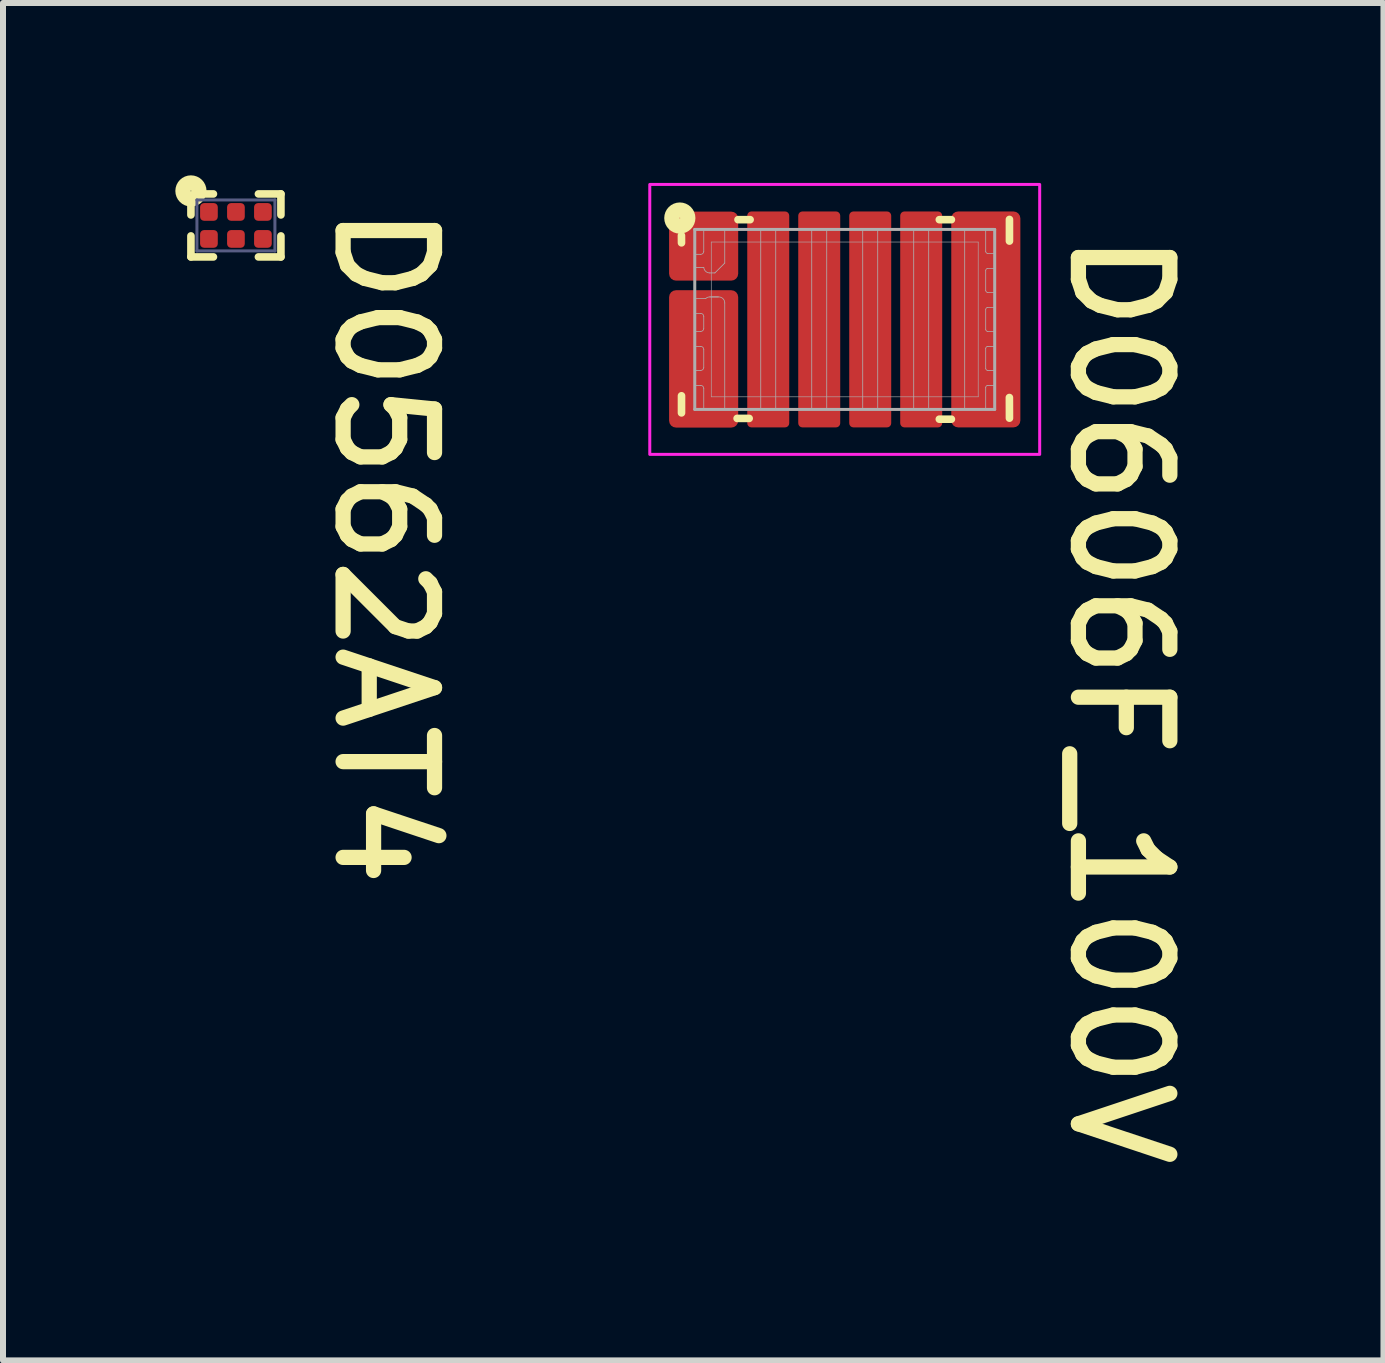
<source format=kicad_pcb>
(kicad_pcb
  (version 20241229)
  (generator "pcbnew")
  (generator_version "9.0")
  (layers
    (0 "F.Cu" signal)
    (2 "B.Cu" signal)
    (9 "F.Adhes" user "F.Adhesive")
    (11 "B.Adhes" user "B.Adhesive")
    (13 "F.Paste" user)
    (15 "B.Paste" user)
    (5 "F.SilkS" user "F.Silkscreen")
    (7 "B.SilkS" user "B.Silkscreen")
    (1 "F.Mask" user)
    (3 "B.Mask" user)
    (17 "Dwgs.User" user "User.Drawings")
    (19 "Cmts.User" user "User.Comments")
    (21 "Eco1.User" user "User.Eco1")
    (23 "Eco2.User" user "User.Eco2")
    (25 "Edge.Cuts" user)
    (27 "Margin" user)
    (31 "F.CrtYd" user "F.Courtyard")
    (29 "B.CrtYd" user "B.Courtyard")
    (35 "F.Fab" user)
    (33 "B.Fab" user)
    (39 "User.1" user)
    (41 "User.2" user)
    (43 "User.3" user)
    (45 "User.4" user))
  (footprint "D0562AT4"
    (layer "F.Cu")
    (at 0.883 0.708)
    (property "Reference" "D0562AT4" (at 1.587 -0.445 270) (unlocked yes) (layer "F.SilkS") (effects (font (size 1.524 1.524) (thickness 0.254)) (justify left bottom)))
    (attr smd)
    (fp_circle (center -0.45 -0.225) (end -0.394 -0.225) (stroke (width 0.113) (type solid)) (fill yes) (layer "F.Mask"))
    (fp_circle (center -0.45 0.225) (end -0.394 0.225) (stroke (width 0.113) (type solid)) (fill yes) (layer "F.Mask"))
    (fp_circle (center 0 -0.225) (end 0.056 -0.225) (stroke (width 0.113) (type solid)) (fill yes) (layer "F.Mask"))
    (fp_circle (center 0 0.225) (end 0.056 0.225) (stroke (width 0.113) (type solid)) (fill yes) (layer "F.Mask"))
    (fp_circle (center 0.45 -0.225) (end 0.506 -0.225) (stroke (width 0.113) (type solid)) (fill yes) (layer "F.Mask"))
    (fp_circle (center 0.45 0.225) (end 0.506 0.225) (stroke (width 0.113) (type solid)) (fill yes) (layer "F.Mask"))
    (fp_line (start -0.75 -0.325) (end -0.75 -0.175) (stroke (width 0.127) (type solid)) (layer "F.SilkS"))
    (fp_line (start -0.75 0.175) (end -0.75 0.525) (stroke (width 0.127) (type solid)) (layer "F.SilkS"))
    (fp_line (start -0.75 0.525) (end -0.375 0.525) (stroke (width 0.127) (type solid)) (layer "F.SilkS"))
    (fp_line (start -0.5 -0.525) (end -0.375 -0.525) (stroke (width 0.127) (type solid)) (layer "F.SilkS"))
    (fp_line (start 0.375 -0.525) (end 0.75 -0.525) (stroke (width 0.127) (type solid)) (layer "F.SilkS"))
    (fp_line (start 0.375 0.525) (end 0.75 0.525) (stroke (width 0.127) (type solid)) (layer "F.SilkS"))
    (fp_line (start 0.75 -0.525) (end 0.75 -0.175) (stroke (width 0.127) (type solid)) (layer "F.SilkS"))
    (fp_line (start 0.75 0.175) (end 0.75 0.525) (stroke (width 0.127) (type solid)) (layer "F.SilkS"))
    (fp_circle (center -0.75 -0.575) (end -0.744 -0.575) (stroke (width 0.254) (type solid)) (fill no) (layer "F.SilkS"))
    (fp_line (start -0.65 -0.425) (end -0.65 0.425) (stroke (width 0.05) (type solid)) (layer "B.Fab"))
    (fp_line (start -0.65 -0.425) (end 0.65 -0.425) (stroke (width 0.05) (type solid)) (layer "B.Fab"))
    (fp_line (start -0.65 0.425) (end 0.65 0.425) (stroke (width 0.05) (type solid)) (layer "B.Fab"))
    (fp_line (start 0.65 -0.425) (end 0.65 0.425) (stroke (width 0.05) (type solid)) (layer "B.Fab"))
    (pad "1" smd roundrect (at -0.45 -0.225) (size 0.295 0.295) (layers "F.Cu" "F.Mask" "F.Paste") (roundrect_rratio 0.225))
    (pad "2" smd roundrect (at -0.45 0.225) (size 0.295 0.295) (layers "F.Cu" "F.Mask" "F.Paste") (roundrect_rratio 0.225))
    (pad "3" smd roundrect (at 0 -0.225) (size 0.295 0.295) (layers "F.Cu" "F.Mask" "F.Paste") (roundrect_rratio 0.225))
    (pad "4" smd roundrect (at 0 0.225) (size 0.295 0.295) (layers "F.Cu" "F.Mask" "F.Paste") (roundrect_rratio 0.225))
    (pad "5" smd roundrect (at 0.45 -0.225) (size 0.295 0.295) (layers "F.Cu" "F.Mask" "F.Paste") (roundrect_rratio 0.225))
    (pad "6" smd roundrect (at 0.45 0.225) (size 0.295 0.295) (layers "F.Cu" "F.Mask" "F.Paste") (roundrect_rratio 0.225)))
  (footprint "D0606F_100V"
    (layer "F.Cu")
    (at 11.032 2.275)
    (property "Reference" "D0606F_100V" (at 3.696 -1.562 270) (unlocked yes) (layer "F.SilkS") (effects (font (size 1.524 1.524) (thickness 0.254)) (justify left bottom)))
    (attr smd)
    (fp_poly (pts (xy -2.656 -0.844) (xy -1.984 -0.844) (xy -1.984 -1.106) (xy -2.656 -1.106)) (stroke (width 0.087) (type solid)) (fill yes) (layer "F.Mask"))
    (fp_poly (pts (xy -2.656 -0.094) (xy -1.984 -0.094) (xy -1.984 -0.356) (xy -2.656 -0.356)) (stroke (width 0.087) (type solid)) (fill yes) (layer "F.Mask"))
    (fp_poly (pts (xy -2.656 0.456) (xy -1.984 0.456) (xy -1.984 0.194) (xy -2.656 0.194)) (stroke (width 0.087) (type solid)) (fill yes) (layer "F.Mask"))
    (fp_poly (pts (xy -2.656 1.106) (xy -1.984 1.106) (xy -1.984 0.844) (xy -2.656 0.844)) (stroke (width 0.087) (type solid)) (fill yes) (layer "F.Mask"))
    (fp_poly (pts (xy -1.999 -0.773) (xy -1.999 -1.641) (xy -2.351 -1.641) (xy -2.351 -0.773)) (stroke (width 0.117) (type solid)) (fill yes) (layer "F.Mask"))
    (fp_poly (pts (xy -1.999 1.641) (xy -1.999 -0.316) (xy -2.351 -0.316) (xy -2.351 1.641)) (stroke (width 0.117) (type solid)) (fill yes) (layer "F.Mask"))
    (fp_poly (pts (xy -1.136 1.654) (xy -1.136 -1.654) (xy -1.414 -1.654) (xy -1.414 1.654)) (stroke (width 0.092) (type solid)) (fill yes) (layer "F.Mask"))
    (fp_poly (pts (xy -0.286 1.654) (xy -0.286 -1.654) (xy -0.564 -1.654) (xy -0.564 1.654)) (stroke (width 0.092) (type solid)) (fill yes) (layer "F.Mask"))
    (fp_poly (pts (xy 0.564 1.654) (xy 0.564 -1.654) (xy 0.286 -1.654) (xy 0.286 1.654)) (stroke (width 0.092) (type solid)) (fill yes) (layer "F.Mask"))
    (fp_poly (pts (xy 1.414 1.654) (xy 1.414 -1.654) (xy 1.136 -1.654) (xy 1.136 1.654)) (stroke (width 0.092) (type solid)) (fill yes) (layer "F.Mask"))
    (fp_poly (pts (xy 2.352 1.641) (xy 2.352 -1.641) (xy 1.999 -1.641) (xy 1.999 1.641)) (stroke (width 0.117) (type solid)) (fill yes) (layer "F.Mask"))
    (fp_poly (pts (xy 2.654 -1.114) (xy 1.986 -1.114) (xy 1.986 -0.836) (xy 2.654 -0.836)) (stroke (width 0.092) (type solid)) (fill yes) (layer "F.Mask"))
    (fp_poly (pts (xy 2.654 -0.464) (xy 1.986 -0.464) (xy 1.986 -0.186) (xy 2.654 -0.186)) (stroke (width 0.092) (type solid)) (fill yes) (layer "F.Mask"))
    (fp_poly (pts (xy 2.654 0.186) (xy 1.986 0.186) (xy 1.986 0.464) (xy 2.654 0.464)) (stroke (width 0.092) (type solid)) (fill yes) (layer "F.Mask"))
    (fp_poly (pts (xy 2.654 0.836) (xy 1.986 0.836) (xy 1.986 1.114) (xy 2.654 1.114)) (stroke (width 0.092) (type solid)) (fill yes) (layer "F.Mask"))
    (fp_line (start -2.722 -1.399) (end -2.721 -1.277) (stroke (width 0.127) (type solid)) (layer "F.SilkS"))
    (fp_line (start -2.721 1.273) (end -2.721 1.558) (stroke (width 0.127) (type solid)) (layer "F.SilkS"))
    (fp_line (start -1.794 1.65) (end -1.593 1.65) (stroke (width 0.127) (type solid)) (layer "F.SilkS"))
    (fp_line (start -1.779 -1.663) (end -1.577 -1.663) (stroke (width 0.127) (type solid)) (layer "F.SilkS"))
    (fp_line (start 1.577 -1.663) (end 1.778 -1.663) (stroke (width 0.127) (type solid)) (layer "F.SilkS"))
    (fp_line (start 1.577 1.663) (end 1.778 1.663) (stroke (width 0.127) (type solid)) (layer "F.SilkS"))
    (fp_line (start 2.745 1.302) (end 2.746 1.646) (stroke (width 0.127) (type solid)) (layer "F.SilkS"))
    (fp_line (start 2.746 -1.667) (end 2.746 -1.306) (stroke (width 0.127) (type solid)) (layer "F.SilkS"))
    (fp_circle (center -2.749 -1.69) (end -2.743 -1.69) (stroke (width 0.254) (type solid)) (fill no) (layer "F.SilkS"))
    (fp_poly (pts (xy -2.709 -1.091) (xy -2.709 -0.859) (xy -2.571 -0.859) (xy -2.571 -1.091)) (stroke (width 0.138) (type solid)) (fill yes) (layer "F.Paste"))
    (fp_poly (pts (xy -2.709 -0.342) (xy -2.709 -0.109) (xy -2.571 -0.109) (xy -2.571 -0.342)) (stroke (width 0.138) (type solid)) (fill yes) (layer "F.Paste"))
    (fp_poly (pts (xy -2.709 0.208) (xy -2.709 0.441) (xy -2.571 0.441) (xy -2.571 0.208)) (stroke (width 0.138) (type solid)) (fill yes) (layer "F.Paste"))
    (fp_poly (pts (xy -2.709 0.858) (xy -2.709 1.091) (xy -2.571 1.091) (xy -2.571 0.858)) (stroke (width 0.138) (type solid)) (fill yes) (layer "F.Paste"))
    (fp_poly (pts (xy -2.223 -1.604) (xy -2.223 -0.829) (xy -2.023 -0.829) (xy -2.023 -1.604)) (stroke (width 0.2) (type solid)) (fill yes) (layer "F.Paste"))
    (fp_poly (pts (xy -2.223 -0.3) (xy -2.223 0.4) (xy -2.022 0.4) (xy -2.022 -0.3)) (stroke (width 0.2) (type solid)) (fill yes) (layer "F.Paste"))
    (fp_poly (pts (xy -2.223 0.8) (xy -2.223 1.6) (xy -2.022 1.6) (xy -2.022 0.8)) (stroke (width 0.2) (type solid)) (fill yes) (layer "F.Paste"))
    (fp_poly (pts (xy -1.21 -0.265) (xy -1.21 -1.635) (xy -1.34 -1.635) (xy -1.34 -0.265)) (stroke (width 0.13) (type solid)) (fill yes) (layer "F.Paste"))
    (fp_poly (pts (xy -1.21 1.635) (xy -1.21 0.265) (xy -1.34 0.265) (xy -1.34 1.635)) (stroke (width 0.13) (type solid)) (fill yes) (layer "F.Paste"))
    (fp_poly (pts (xy -0.36 -0.265) (xy -0.36 -1.635) (xy -0.49 -1.635) (xy -0.49 -0.265)) (stroke (width 0.13) (type solid)) (fill yes) (layer "F.Paste"))
    (fp_poly (pts (xy -0.36 1.635) (xy -0.36 0.265) (xy -0.49 0.265) (xy -0.49 1.635)) (stroke (width 0.13) (type solid)) (fill yes) (layer "F.Paste"))
    (fp_poly (pts (xy 0.49 -0.265) (xy 0.49 -1.635) (xy 0.36 -1.635) (xy 0.36 -0.265)) (stroke (width 0.13) (type solid)) (fill yes) (layer "F.Paste"))
    (fp_poly (pts (xy 0.49 1.635) (xy 0.49 0.265) (xy 0.36 0.265) (xy 0.36 1.635)) (stroke (width 0.13) (type solid)) (fill yes) (layer "F.Paste"))
    (fp_poly (pts (xy 1.34 -0.265) (xy 1.34 -1.635) (xy 1.21 -1.635) (xy 1.21 -0.265)) (stroke (width 0.13) (type solid)) (fill yes) (layer "F.Paste"))
    (fp_poly (pts (xy 1.34 1.635) (xy 1.34 0.265) (xy 1.21 0.265) (xy 1.21 1.635)) (stroke (width 0.13) (type solid)) (fill yes) (layer "F.Paste"))
    (fp_poly (pts (xy 2.223 -0.8) (xy 2.223 -1.6) (xy 2.023 -1.6) (xy 2.023 -0.8)) (stroke (width 0.2) (type solid)) (fill yes) (layer "F.Paste"))
    (fp_poly (pts (xy 2.223 0.4) (xy 2.223 -0.4) (xy 2.023 -0.4) (xy 2.023 0.4)) (stroke (width 0.2) (type solid)) (fill yes) (layer "F.Paste"))
    (fp_poly (pts (xy 2.223 1.6) (xy 2.223 0.8) (xy 2.023 0.8) (xy 2.023 1.6)) (stroke (width 0.2) (type solid)) (fill yes) (layer "F.Paste"))
    (fp_poly (pts (xy 2.709 -0.859) (xy 2.709 -1.091) (xy 2.571 -1.091) (xy 2.571 -0.859)) (stroke (width 0.138) (type solid)) (fill yes) (layer "F.Paste"))
    (fp_poly (pts (xy 2.709 -0.209) (xy 2.709 -0.441) (xy 2.571 -0.441) (xy 2.571 -0.209)) (stroke (width 0.138) (type solid)) (fill yes) (layer "F.Paste"))
    (fp_poly (pts (xy 2.709 0.441) (xy 2.709 0.209) (xy 2.571 0.209) (xy 2.571 0.441)) (stroke (width 0.138) (type solid)) (fill yes) (layer "F.Paste"))
    (fp_poly (pts (xy 2.709 1.091) (xy 2.709 0.859) (xy 2.571 0.859) (xy 2.571 1.091)) (stroke (width 0.138) (type solid)) (fill yes) (layer "F.Paste"))
    (fp_rect (start -3.25 -2.25) (end 3.25 2.25) (stroke (width 0.05) (type default)) (fill no) (layer "F.CrtYd"))
    (fp_line (start -2.5 -1.5) (end -2.5 1.5) (stroke (width 0.05) (type solid)) (layer "F.Fab"))
    (fp_line (start -2.5 -1.5) (end 2.5 -1.5) (stroke (width 0.05) (type solid)) (layer "F.Fab"))
    (fp_line (start -2.5 -1.085) (end -2.5 -0.865) (stroke (width 0.013) (type solid)) (layer "F.Fab"))
    (fp_line (start -2.5 -1.085) (end -2.4 -1.085) (stroke (width 0.013) (type solid)) (layer "F.Fab"))
    (fp_line (start -2.5 -0.865) (end -2.349 -0.865) (stroke (width 0.013) (type solid)) (layer "F.Fab"))
    (fp_line (start -2.5 0.2) (end -2.5 0.45) (stroke (width 0.013) (type solid)) (layer "F.Fab"))
    (fp_line (start -2.5 0.2) (end -2.4 0.2) (stroke (width 0.013) (type solid)) (layer "F.Fab"))
    (fp_line (start -2.5 0.45) (end -2.4 0.45) (stroke (width 0.013) (type solid)) (layer "F.Fab"))
    (fp_line (start -2.5 0.85) (end -2.5 1.1) (stroke (width 0.013) (type solid)) (layer "F.Fab"))
    (fp_line (start -2.5 0.85) (end -2.4 0.85) (stroke (width 0.013) (type solid)) (layer "F.Fab"))
    (fp_line (start -2.5 1.1) (end -2.4 1.1) (stroke (width 0.013) (type solid)) (layer "F.Fab"))
    (fp_line (start -2.5 1.5) (end 2.5 1.5) (stroke (width 0.05) (type solid)) (layer "F.Fab"))
    (fp_line (start -2.5 -0.35) (end -2.5 -0.1) (stroke (width 0.013) (type solid)) (layer "F.Fab"))
    (fp_line (start -2.5 -0.35) (end -2.316 -0.35) (stroke (width 0.013) (type solid)) (layer "F.Fab"))
    (fp_line (start -2.5 -0.1) (end -2.4 -0.1) (stroke (width 0.013) (type solid)) (layer "F.Fab"))
    (fp_line (start -2.35 -1.5) (end -2.35 -1.135) (stroke (width 0.013) (type solid)) (layer "F.Fab"))
    (fp_line (start -2.35 -1.5) (end -2 -1.5) (stroke (width 0.013) (type solid)) (layer "F.Fab"))
    (fp_line (start -2.35 -0.05) (end -2.35 0.15) (stroke (width 0.013) (type solid)) (layer "F.Fab"))
    (fp_line (start -2.35 0.5) (end -2.35 0.8) (stroke (width 0.013) (type solid)) (layer "F.Fab"))
    (fp_line (start -2.35 1.15) (end -2.35 1.5) (stroke (width 0.013) (type solid)) (layer "F.Fab"))
    (fp_line (start -2.35 1.5) (end -2 1.5) (stroke (width 0.013) (type solid)) (layer "F.Fab"))
    (fp_line (start -2.325 -1.5) (end -2.025 -1.5) (stroke (width 0.013) (type solid)) (layer "F.Fab"))
    (fp_line (start -2.325 1.5) (end -2.025 1.5) (stroke (width 0.013) (type solid)) (layer "F.Fab"))
    (fp_line (start -2.325 1.5) (end -2.025 1.5) (stroke (width 0.013) (type solid)) (layer "F.Fab"))
    (fp_line (start -2.25 -0.775) (end -2.165 -0.775) (stroke (width 0.013) (type solid)) (layer "F.Fab"))
    (fp_line (start -2.25 -0.375) (end -2.1 -0.375) (stroke (width 0.013) (type solid)) (layer "F.Fab"))
    (fp_line (start -2.235 -0.375) (end -2.115 -0.375) (stroke (width 0.013) (type solid)) (layer "F.Fab"))
    (fp_line (start -2.225 -1.29) (end -2.225 1.29) (stroke (width 0.01) (type solid)) (layer "F.Fab"))
    (fp_line (start -2.225 -1.29) (end 2.225 -1.29) (stroke (width 0.01) (type solid)) (layer "F.Fab"))
    (fp_line (start -2.225 1.29) (end 2.225 1.29) (stroke (width 0.01) (type solid)) (layer "F.Fab"))
    (fp_line (start -2 -1.5) (end -2 -0.94) (stroke (width 0.013) (type solid)) (layer "F.Fab"))
    (fp_line (start -2 -0.94) (end -2.165 -0.775) (stroke (width 0.013) (type solid)) (layer "F.Fab"))
    (fp_line (start -2 -0.275) (end -2 1.5) (stroke (width 0.013) (type solid)) (layer "F.Fab"))
    (fp_line (start -1.4 -1.5) (end -1.4 1.5) (stroke (width 0.013) (type solid)) (layer "F.Fab"))
    (fp_line (start -1.4 -1.5) (end -1.15 -1.5) (stroke (width 0.013) (type solid)) (layer "F.Fab"))
    (fp_line (start -1.4 1.5) (end -1.15 1.5) (stroke (width 0.013) (type solid)) (layer "F.Fab"))
    (fp_line (start -1.15 -1.5) (end -1.15 1.5) (stroke (width 0.013) (type solid)) (layer "F.Fab"))
    (fp_line (start -0.55 -1.5) (end -0.55 1.5) (stroke (width 0.013) (type solid)) (layer "F.Fab"))
    (fp_line (start -0.55 -1.5) (end -0.3 -1.5) (stroke (width 0.013) (type solid)) (layer "F.Fab"))
    (fp_line (start -0.55 1.5) (end -0.3 1.5) (stroke (width 0.013) (type solid)) (layer "F.Fab"))
    (fp_line (start -0.3 -1.5) (end -0.3 1.5) (stroke (width 0.013) (type solid)) (layer "F.Fab"))
    (fp_line (start 0.3 -1.5) (end 0.3 1.5) (stroke (width 0.013) (type solid)) (layer "F.Fab"))
    (fp_line (start 0.3 -1.5) (end 0.55 -1.5) (stroke (width 0.013) (type solid)) (layer "F.Fab"))
    (fp_line (start 0.3 1.5) (end 0.55 1.5) (stroke (width 0.013) (type solid)) (layer "F.Fab"))
    (fp_line (start 0.55 -1.5) (end 0.55 1.5) (stroke (width 0.013) (type solid)) (layer "F.Fab"))
    (fp_line (start 1.15 -1.5) (end 1.15 1.5) (stroke (width 0.013) (type solid)) (layer "F.Fab"))
    (fp_line (start 1.15 -1.5) (end 1.4 -1.5) (stroke (width 0.013) (type solid)) (layer "F.Fab"))
    (fp_line (start 1.15 1.5) (end 1.4 1.5) (stroke (width 0.013) (type solid)) (layer "F.Fab"))
    (fp_line (start 1.4 -1.5) (end 1.4 1.5) (stroke (width 0.013) (type solid)) (layer "F.Fab"))
    (fp_line (start 2 -1.5) (end 2 1.5) (stroke (width 0.013) (type solid)) (layer "F.Fab"))
    (fp_line (start 2 -1.5) (end 2.35 -1.5) (stroke (width 0.013) (type solid)) (layer "F.Fab"))
    (fp_line (start 2 1.5) (end 2.35 1.5) (stroke (width 0.013) (type solid)) (layer "F.Fab"))
    (fp_line (start 2.225 -1.29) (end 2.225 1.29) (stroke (width 0.01) (type solid)) (layer "F.Fab"))
    (fp_line (start 2.35 -1.5) (end 2.35 -1.135) (stroke (width 0.013) (type solid)) (layer "F.Fab"))
    (fp_line (start 2.35 -0.815) (end 2.35 -0.485) (stroke (width 0.013) (type solid)) (layer "F.Fab"))
    (fp_line (start 2.35 -0.165) (end 2.35 0.165) (stroke (width 0.013) (type solid)) (layer "F.Fab"))
    (fp_line (start 2.35 0.485) (end 2.35 0.815) (stroke (width 0.013) (type solid)) (layer "F.Fab"))
    (fp_line (start 2.35 1.135) (end 2.35 1.5) (stroke (width 0.013) (type solid)) (layer "F.Fab"))
    (fp_line (start 2.385 -1.1) (end 2.5 -1.1) (stroke (width 0.013) (type solid)) (layer "F.Fab"))
    (fp_line (start 2.385 -0.85) (end 2.5 -0.85) (stroke (width 0.013) (type solid)) (layer "F.Fab"))
    (fp_line (start 2.385 -0.45) (end 2.5 -0.45) (stroke (width 0.013) (type solid)) (layer "F.Fab"))
    (fp_line (start 2.385 -0.2) (end 2.5 -0.2) (stroke (width 0.013) (type solid)) (layer "F.Fab"))
    (fp_line (start 2.385 0.2) (end 2.5 0.2) (stroke (width 0.013) (type solid)) (layer "F.Fab"))
    (fp_line (start 2.385 0.45) (end 2.5 0.45) (stroke (width 0.013) (type solid)) (layer "F.Fab"))
    (fp_line (start 2.385 0.85) (end 2.5 0.85) (stroke (width 0.013) (type solid)) (layer "F.Fab"))
    (fp_line (start 2.385 1.1) (end 2.5 1.1) (stroke (width 0.013) (type solid)) (layer "F.Fab"))
    (fp_line (start 2.5 -1.5) (end 2.5 1.5) (stroke (width 0.05) (type solid)) (layer "F.Fab"))
    (fp_line (start 2.5 -1.1) (end 2.5 -0.85) (stroke (width 0.013) (type solid)) (layer "F.Fab"))
    (fp_line (start 2.5 -0.45) (end 2.5 -0.2) (stroke (width 0.013) (type solid)) (layer "F.Fab"))
    (fp_line (start 2.5 0.2) (end 2.5 0.45) (stroke (width 0.013) (type solid)) (layer "F.Fab"))
    (fp_line (start 2.5 0.85) (end 2.5 1.1) (stroke (width 0.013) (type solid)) (layer "F.Fab"))
    (fp_arc (start -2.4 -0.1) (mid -2.364645 -0.085355) (end -2.35 -0.05) (stroke (width 0.0127) (type solid)) (layer "F.Fab"))
    (fp_arc (start -2.4 0.45) (mid -2.364645 0.464645) (end -2.35 0.5) (stroke (width 0.0127) (type solid)) (layer "F.Fab"))
    (fp_arc (start -2.4 1.1) (mid -2.364645 1.114645) (end -2.35 1.15) (stroke (width 0.0127) (type solid)) (layer "F.Fab"))
    (fp_arc (start -2.35 -1.135) (mid -2.364645 -1.099645) (end -2.4 -1.085) (stroke (width 0.0127) (type solid)) (layer "F.Fab"))
    (fp_arc (start -2.35 0.15) (mid -2.364645 0.185355) (end -2.4 0.2) (stroke (width 0.0127) (type solid)) (layer "F.Fab"))
    (fp_arc (start -2.35 0.8) (mid -2.364645 0.835355) (end -2.4 0.85) (stroke (width 0.0127) (type solid)) (layer "F.Fab"))
    (fp_arc (start -2.316145 -0.349999) (mid -2.285357 -0.368541) (end -2.250002 -0.375) (stroke (width 0.0127) (type solid)) (layer "F.Fab"))
    (fp_arc (start -2.250001 -0.775) (mid -2.317083 -0.800839) (end -2.349499 -0.865001) (stroke (width 0.0127) (type solid)) (layer "F.Fab"))
    (fp_arc (start -2.1 -0.375) (mid -2.029289 -0.345711) (end -2 -0.275) (stroke (width 0.0127) (type solid)) (layer "F.Fab"))
    (fp_arc (start 2.35 -0.814999) (mid 2.360251 -0.839748) (end 2.384999 -0.85) (stroke (width 0.0127) (type solid)) (layer "F.Fab"))
    (fp_arc (start 2.35 -0.165) (mid 2.360251 -0.189749) (end 2.385 -0.2) (stroke (width 0.0127) (type solid)) (layer "F.Fab"))
    (fp_arc (start 2.35 0.485001) (mid 2.360251 0.460252) (end 2.384999 0.45) (stroke (width 0.0127) (type solid)) (layer "F.Fab"))
    (fp_arc (start 2.35 1.135) (mid 2.360251 1.110251) (end 2.385 1.1) (stroke (width 0.0127) (type solid)) (layer "F.Fab"))
    (fp_arc (start 2.384999 -0.45) (mid 2.360251 -0.460252) (end 2.35 -0.485001) (stroke (width 0.0127) (type solid)) (layer "F.Fab"))
    (fp_arc (start 2.384999 0.85) (mid 2.360251 0.839748) (end 2.35 0.814999) (stroke (width 0.0127) (type solid)) (layer "F.Fab"))
    (fp_arc (start 2.385 -1.1) (mid 2.360251 -1.110251) (end 2.35 -1.135) (stroke (width 0.0127) (type solid)) (layer "F.Fab"))
    (fp_arc (start 2.385 0.2) (mid 2.360251 0.189749) (end 2.35 0.165) (stroke (width 0.0127) (type solid)) (layer "F.Fab"))
    (pad "1" smd roundrect (at -2.352 -1.222) (size 1.152 1.15) (layers "F.Cu" "F.Mask" "F.Paste") (roundrect_rratio 0.1))
    (pad "2" smd roundrect (at -2.352 0.658) (size 1.152 2.29) (layers "F.Cu" "F.Mask" "F.Paste") (roundrect_rratio 0.1))
    (pad "3" smd roundrect (at -1.275 0) (size 0.7 3.6) (layers "F.Cu" "F.Mask" "F.Paste") (roundrect_rratio 0.1))
    (pad "4" smd roundrect (at -0.425 0) (size 0.7 3.6) (layers "F.Cu" "F.Mask" "F.Paste") (roundrect_rratio 0.1))
    (pad "5" smd roundrect (at 0.425 0) (size 0.7 3.6) (layers "F.Cu" "F.Mask" "F.Paste") (roundrect_rratio 0.1))
    (pad "6" smd roundrect (at 1.275 0) (size 0.7 3.6) (layers "F.Cu" "F.Mask" "F.Paste") (roundrect_rratio 0.1))
    (pad "7" smd roundrect (at 2.352 0) (size 1.152 3.6) (layers "F.Cu" "F.Mask" "F.Paste") (roundrect_rratio 0.1)))
  (gr_rect
    (start -3 -3)
    (end 20.013 19.628)
    (stroke (width 0.1) (type default))
    (fill no)
    (layer "Edge.Cuts")))
</source>
